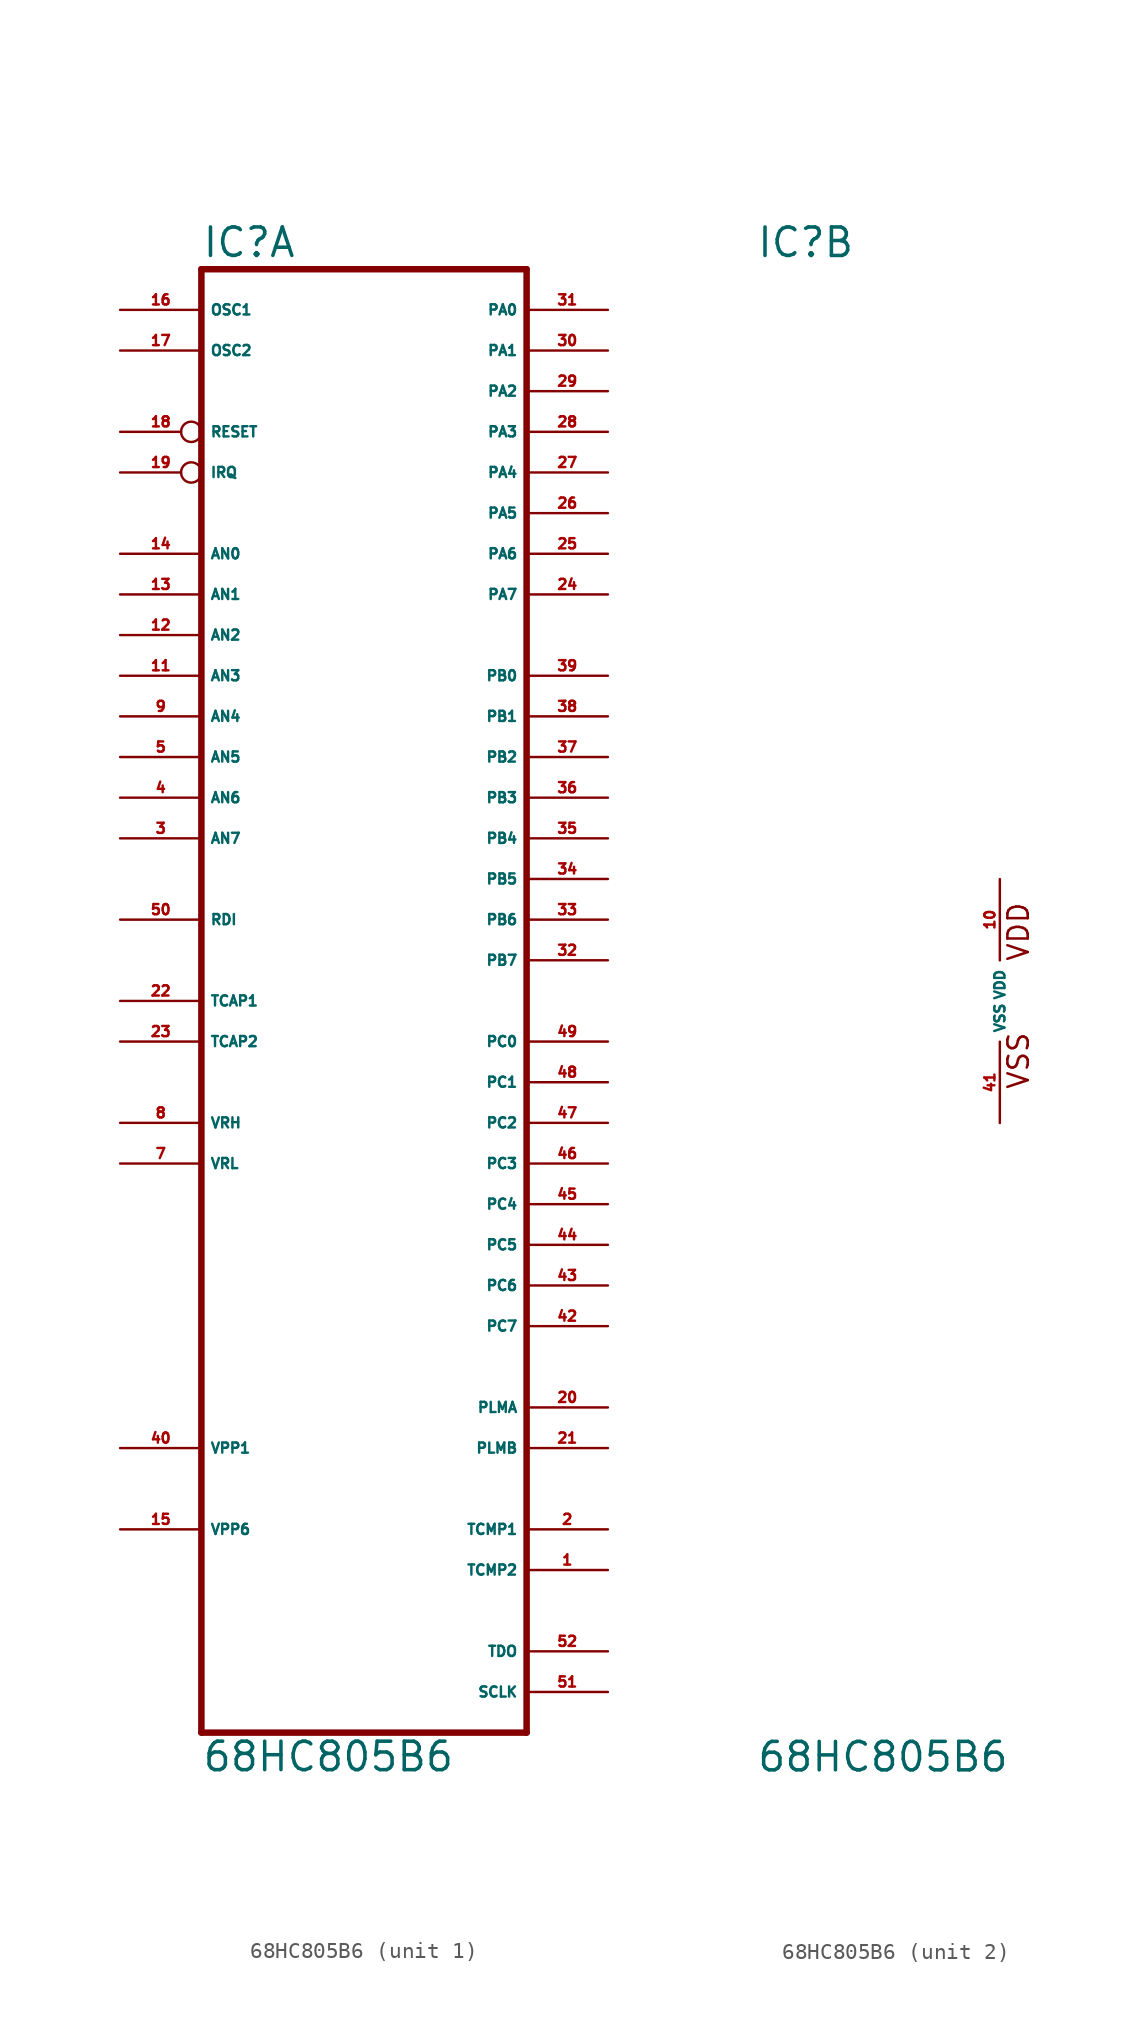
<source format=kicad_sym>
(kicad_symbol_lib
  (version 20220914)
  (generator Eagle2Kicad)
  (symbol "68HC805B6"
    (property "Reference" "IC"
      (at -15.24 46.355 0)
      (effects (font (size 1.778 1.778) (thickness 0.22)) (justify left bottom)))
    (property "Value" "68HC805B6"
      (at -15.24 -48.26 0)
      (effects (font (size 1.778 1.778) (thickness 0.22)) (justify left bottom)))
    (symbol "68HC805B6_1_0"
      (polyline (pts (xy -15.24 -45.72) (xy 5.08 -45.72)) (stroke (width 0.406) (type default)) (fill (type none)))
      (polyline (pts (xy 5.08 -45.72) (xy 5.08 45.72)) (stroke (width 0.406) (type default)) (fill (type none)))
      (polyline (pts (xy 5.08 45.72) (xy -15.24 45.72)) (stroke (width 0.406) (type default)) (fill (type none)))
      (polyline (pts (xy -15.24 45.72) (xy -15.24 -45.72)) (stroke (width 0.406) (type default)) (fill (type none)))
      (pin output line (at 10.16 -35.56 180) (length 5.08) (name "TCMP2" (effects (font (size 0.635 0.635) (thickness 0.08)) (justify left bottom))) (number "1" (effects (font (size 0.635 0.635) (thickness 0.08)) (justify left bottom))))
      (pin output line (at 10.16 -33.02 180) (length 5.08) (name "TCMP1" (effects (font (size 0.635 0.635) (thickness 0.08)) (justify left bottom))) (number "2" (effects (font (size 0.635 0.635) (thickness 0.08)) (justify left bottom))))
      (pin input line (at -20.32 10.16 0) (length 5.08) (name "AN7" (effects (font (size 0.635 0.635) (thickness 0.08)) (justify left bottom))) (number "3" (effects (font (size 0.635 0.635) (thickness 0.08)) (justify left bottom))))
      (pin input line (at -20.32 12.7 0) (length 5.08) (name "AN6" (effects (font (size 0.635 0.635) (thickness 0.08)) (justify left bottom))) (number "4" (effects (font (size 0.635 0.635) (thickness 0.08)) (justify left bottom))))
      (pin input line (at -20.32 15.24 0) (length 5.08) (name "AN5" (effects (font (size 0.635 0.635) (thickness 0.08)) (justify left bottom))) (number "5" (effects (font (size 0.635 0.635) (thickness 0.08)) (justify left bottom))))
      (pin input line (at -20.32 -10.16 0) (length 5.08) (name "VRL" (effects (font (size 0.635 0.635) (thickness 0.08)) (justify left bottom))) (number "7" (effects (font (size 0.635 0.635) (thickness 0.08)) (justify left bottom))))
      (pin input line (at -20.32 -7.62 0) (length 5.08) (name "VRH" (effects (font (size 0.635 0.635) (thickness 0.08)) (justify left bottom))) (number "8" (effects (font (size 0.635 0.635) (thickness 0.08)) (justify left bottom))))
      (pin input line (at -20.32 17.78 0) (length 5.08) (name "AN4" (effects (font (size 0.635 0.635) (thickness 0.08)) (justify left bottom))) (number "9" (effects (font (size 0.635 0.635) (thickness 0.08)) (justify left bottom))))
      (pin input line (at -20.32 20.32 0) (length 5.08) (name "AN3" (effects (font (size 0.635 0.635) (thickness 0.08)) (justify left bottom))) (number "11" (effects (font (size 0.635 0.635) (thickness 0.08)) (justify left bottom))))
      (pin input line (at -20.32 22.86 0) (length 5.08) (name "AN2" (effects (font (size 0.635 0.635) (thickness 0.08)) (justify left bottom))) (number "12" (effects (font (size 0.635 0.635) (thickness 0.08)) (justify left bottom))))
      (pin input line (at -20.32 25.4 0) (length 5.08) (name "AN1" (effects (font (size 0.635 0.635) (thickness 0.08)) (justify left bottom))) (number "13" (effects (font (size 0.635 0.635) (thickness 0.08)) (justify left bottom))))
      (pin input line (at -20.32 27.94 0) (length 5.08) (name "AN0" (effects (font (size 0.635 0.635) (thickness 0.08)) (justify left bottom))) (number "14" (effects (font (size 0.635 0.635) (thickness 0.08)) (justify left bottom))))
      (pin input line (at -20.32 43.18 0) (length 5.08) (name "OSC1" (effects (font (size 0.635 0.635) (thickness 0.08)) (justify left bottom))) (number "16" (effects (font (size 0.635 0.635) (thickness 0.08)) (justify left bottom))))
      (pin passive line (at -20.32 40.64 0) (length 5.08) (name "OSC2" (effects (font (size 0.635 0.635) (thickness 0.08)) (justify left bottom))) (number "17" (effects (font (size 0.635 0.635) (thickness 0.08)) (justify left bottom))))
      (pin bidirectional inverted (at -20.32 35.56 0) (length 5.08) (name "RESET" (effects (font (size 0.635 0.635) (thickness 0.08)) (justify left bottom))) (number "18" (effects (font (size 0.635 0.635) (thickness 0.08)) (justify left bottom))))
      (pin input inverted (at -20.32 33.02 0) (length 5.08) (name "IRQ" (effects (font (size 0.635 0.635) (thickness 0.08)) (justify left bottom))) (number "19" (effects (font (size 0.635 0.635) (thickness 0.08)) (justify left bottom))))
      (pin output line (at 10.16 -25.4 180) (length 5.08) (name "PLMA" (effects (font (size 0.635 0.635) (thickness 0.08)) (justify left bottom))) (number "20" (effects (font (size 0.635 0.635) (thickness 0.08)) (justify left bottom))))
      (pin output line (at 10.16 -27.94 180) (length 5.08) (name "PLMB" (effects (font (size 0.635 0.635) (thickness 0.08)) (justify left bottom))) (number "21" (effects (font (size 0.635 0.635) (thickness 0.08)) (justify left bottom))))
      (pin input line (at -20.32 0 0) (length 5.08) (name "TCAP1" (effects (font (size 0.635 0.635) (thickness 0.08)) (justify left bottom))) (number "22" (effects (font (size 0.635 0.635) (thickness 0.08)) (justify left bottom))))
      (pin input line (at -20.32 -2.54 0) (length 5.08) (name "TCAP2" (effects (font (size 0.635 0.635) (thickness 0.08)) (justify left bottom))) (number "23" (effects (font (size 0.635 0.635) (thickness 0.08)) (justify left bottom))))
      (pin bidirectional line (at 10.16 25.4 180) (length 5.08) (name "PA7" (effects (font (size 0.635 0.635) (thickness 0.08)) (justify left bottom))) (number "24" (effects (font (size 0.635 0.635) (thickness 0.08)) (justify left bottom))))
      (pin bidirectional line (at 10.16 27.94 180) (length 5.08) (name "PA6" (effects (font (size 0.635 0.635) (thickness 0.08)) (justify left bottom))) (number "25" (effects (font (size 0.635 0.635) (thickness 0.08)) (justify left bottom))))
      (pin bidirectional line (at 10.16 30.48 180) (length 5.08) (name "PA5" (effects (font (size 0.635 0.635) (thickness 0.08)) (justify left bottom))) (number "26" (effects (font (size 0.635 0.635) (thickness 0.08)) (justify left bottom))))
      (pin bidirectional line (at 10.16 33.02 180) (length 5.08) (name "PA4" (effects (font (size 0.635 0.635) (thickness 0.08)) (justify left bottom))) (number "27" (effects (font (size 0.635 0.635) (thickness 0.08)) (justify left bottom))))
      (pin bidirectional line (at 10.16 35.56 180) (length 5.08) (name "PA3" (effects (font (size 0.635 0.635) (thickness 0.08)) (justify left bottom))) (number "28" (effects (font (size 0.635 0.635) (thickness 0.08)) (justify left bottom))))
      (pin bidirectional line (at 10.16 38.1 180) (length 5.08) (name "PA2" (effects (font (size 0.635 0.635) (thickness 0.08)) (justify left bottom))) (number "29" (effects (font (size 0.635 0.635) (thickness 0.08)) (justify left bottom))))
      (pin bidirectional line (at 10.16 40.64 180) (length 5.08) (name "PA1" (effects (font (size 0.635 0.635) (thickness 0.08)) (justify left bottom))) (number "30" (effects (font (size 0.635 0.635) (thickness 0.08)) (justify left bottom))))
      (pin bidirectional line (at 10.16 43.18 180) (length 5.08) (name "PA0" (effects (font (size 0.635 0.635) (thickness 0.08)) (justify left bottom))) (number "31" (effects (font (size 0.635 0.635) (thickness 0.08)) (justify left bottom))))
      (pin bidirectional line (at 10.16 2.54 180) (length 5.08) (name "PB7" (effects (font (size 0.635 0.635) (thickness 0.08)) (justify left bottom))) (number "32" (effects (font (size 0.635 0.635) (thickness 0.08)) (justify left bottom))))
      (pin bidirectional line (at 10.16 5.08 180) (length 5.08) (name "PB6" (effects (font (size 0.635 0.635) (thickness 0.08)) (justify left bottom))) (number "33" (effects (font (size 0.635 0.635) (thickness 0.08)) (justify left bottom))))
      (pin bidirectional line (at 10.16 7.62 180) (length 5.08) (name "PB5" (effects (font (size 0.635 0.635) (thickness 0.08)) (justify left bottom))) (number "34" (effects (font (size 0.635 0.635) (thickness 0.08)) (justify left bottom))))
      (pin bidirectional line (at 10.16 10.16 180) (length 5.08) (name "PB4" (effects (font (size 0.635 0.635) (thickness 0.08)) (justify left bottom))) (number "35" (effects (font (size 0.635 0.635) (thickness 0.08)) (justify left bottom))))
      (pin bidirectional line (at 10.16 12.7 180) (length 5.08) (name "PB3" (effects (font (size 0.635 0.635) (thickness 0.08)) (justify left bottom))) (number "36" (effects (font (size 0.635 0.635) (thickness 0.08)) (justify left bottom))))
      (pin bidirectional line (at 10.16 15.24 180) (length 5.08) (name "PB2" (effects (font (size 0.635 0.635) (thickness 0.08)) (justify left bottom))) (number "37" (effects (font (size 0.635 0.635) (thickness 0.08)) (justify left bottom))))
      (pin bidirectional line (at 10.16 17.78 180) (length 5.08) (name "PB1" (effects (font (size 0.635 0.635) (thickness 0.08)) (justify left bottom))) (number "38" (effects (font (size 0.635 0.635) (thickness 0.08)) (justify left bottom))))
      (pin bidirectional line (at 10.16 20.32 180) (length 5.08) (name "PB0" (effects (font (size 0.635 0.635) (thickness 0.08)) (justify left bottom))) (number "39" (effects (font (size 0.635 0.635) (thickness 0.08)) (justify left bottom))))
      (pin bidirectional line (at 10.16 -20.32 180) (length 5.08) (name "PC7" (effects (font (size 0.635 0.635) (thickness 0.08)) (justify left bottom))) (number "42" (effects (font (size 0.635 0.635) (thickness 0.08)) (justify left bottom))))
      (pin bidirectional line (at 10.16 -17.78 180) (length 5.08) (name "PC6" (effects (font (size 0.635 0.635) (thickness 0.08)) (justify left bottom))) (number "43" (effects (font (size 0.635 0.635) (thickness 0.08)) (justify left bottom))))
      (pin bidirectional line (at 10.16 -15.24 180) (length 5.08) (name "PC5" (effects (font (size 0.635 0.635) (thickness 0.08)) (justify left bottom))) (number "44" (effects (font (size 0.635 0.635) (thickness 0.08)) (justify left bottom))))
      (pin bidirectional line (at 10.16 -12.7 180) (length 5.08) (name "PC4" (effects (font (size 0.635 0.635) (thickness 0.08)) (justify left bottom))) (number "45" (effects (font (size 0.635 0.635) (thickness 0.08)) (justify left bottom))))
      (pin bidirectional line (at 10.16 -10.16 180) (length 5.08) (name "PC3" (effects (font (size 0.635 0.635) (thickness 0.08)) (justify left bottom))) (number "46" (effects (font (size 0.635 0.635) (thickness 0.08)) (justify left bottom))))
      (pin bidirectional line (at 10.16 -7.62 180) (length 5.08) (name "PC2" (effects (font (size 0.635 0.635) (thickness 0.08)) (justify left bottom))) (number "47" (effects (font (size 0.635 0.635) (thickness 0.08)) (justify left bottom))))
      (pin bidirectional line (at 10.16 -5.08 180) (length 5.08) (name "PC1" (effects (font (size 0.635 0.635) (thickness 0.08)) (justify left bottom))) (number "48" (effects (font (size 0.635 0.635) (thickness 0.08)) (justify left bottom))))
      (pin bidirectional line (at 10.16 -2.54 180) (length 5.08) (name "PC0" (effects (font (size 0.635 0.635) (thickness 0.08)) (justify left bottom))) (number "49" (effects (font (size 0.635 0.635) (thickness 0.08)) (justify left bottom))))
      (pin input line (at -20.32 5.08 0) (length 5.08) (name "RDI" (effects (font (size 0.635 0.635) (thickness 0.08)) (justify left bottom))) (number "50" (effects (font (size 0.635 0.635) (thickness 0.08)) (justify left bottom))))
      (pin output line (at 10.16 -43.18 180) (length 5.08) (name "SCLK" (effects (font (size 0.635 0.635) (thickness 0.08)) (justify left bottom))) (number "51" (effects (font (size 0.635 0.635) (thickness 0.08)) (justify left bottom))))
      (pin output line (at 10.16 -40.64 180) (length 5.08) (name "TDO" (effects (font (size 0.635 0.635) (thickness 0.08)) (justify left bottom))) (number "52" (effects (font (size 0.635 0.635) (thickness 0.08)) (justify left bottom))))
      (pin unspecified line (at -20.32 -27.94 0) (length 5.08) (name "VPP1" (effects (font (size 0.635 0.635) (thickness 0.08)) (justify left bottom))) (number "40" (effects (font (size 0.635 0.635) (thickness 0.08)) (justify left bottom))))
      (pin unspecified line (at -20.32 -33.02 0) (length 5.08) (name "VPP6" (effects (font (size 0.635 0.635) (thickness 0.08)) (justify left bottom))) (number "15" (effects (font (size 0.635 0.635) (thickness 0.08)) (justify left bottom)))))
    (symbol "68HC805B6_2_0"
      (text "VSS" (at 1.905 -5.588 900) (effects (font (size 1.27 1.27) (thickness 0.16)) (justify left bottom)))
      (text "VDD" (at 1.905 2.413 900) (effects (font (size 1.27 1.27) (thickness 0.16)) (justify left bottom)))
      (pin unspecified line (at 0 -7.62 90) (length 5.08) (name "VSS" (effects (font (size 0.635 0.635) (thickness 0.08)) (justify left bottom))) (number "41" (effects (font (size 0.635 0.635) (thickness 0.08)) (justify left bottom))))
      (pin unspecified line (at 0 7.62 270) (length 5.08) (name "VDD" (effects (font (size 0.635 0.635) (thickness 0.08)) (justify left bottom))) (number "10" (effects (font (size 0.635 0.635) (thickness 0.08)) (justify left bottom)))))))
</source>
